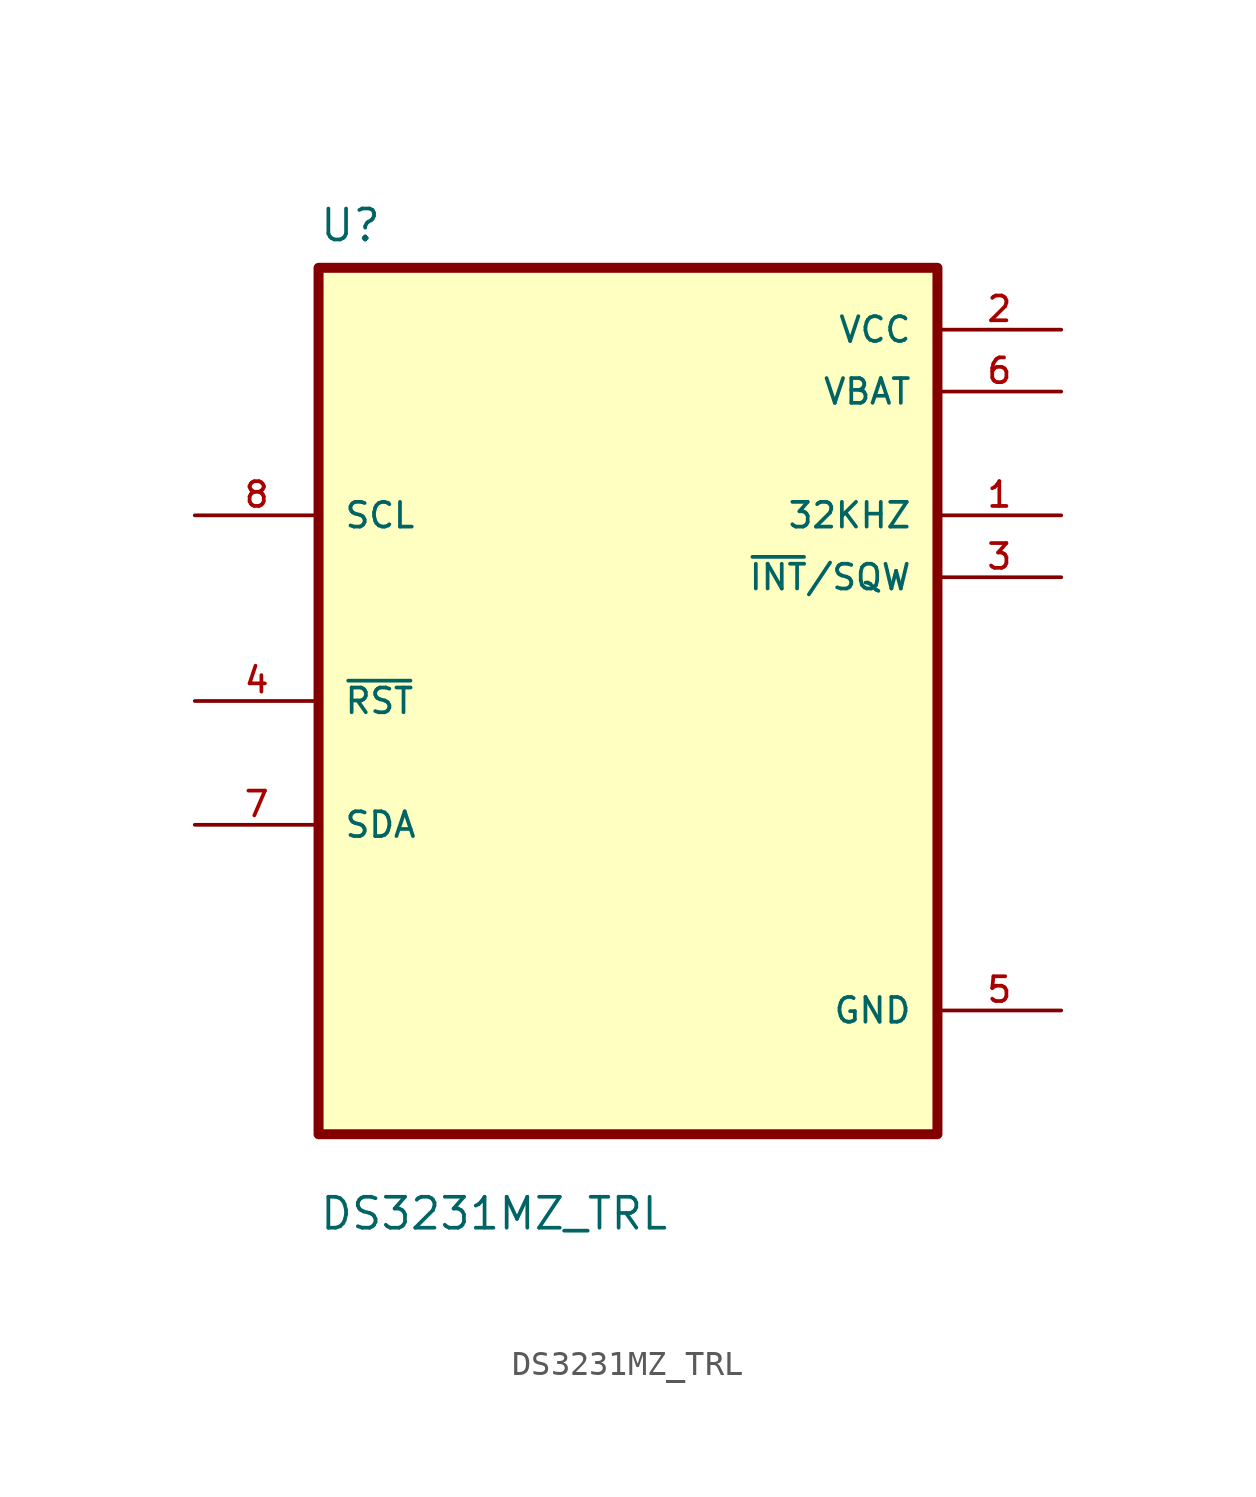
<source format=kicad_sym>
(kicad_symbol_lib
  (version 20211014)
  (generator kicad_symbol_editor)
  (symbol "DS3231MZ_TRL"
    (pin_names
      (offset 1.016))
    (property "Reference" "U"
      (at -12.7 18.78 0.0)
      (effects (font (size 1.27 1.27)) (justify bottom left)))
    (property "Value" "DS3231MZ_TRL"
      (at -12.7 -21.78 0.0)
      (effects (font (size 1.27 1.27)) (justify bottom left)))
    (symbol "DS3231MZ_TRL_0_0"
      (rectangle (start -12.7 -17.78) (end 12.7 17.78) (stroke (width 0.41)) (fill (type background)))
      (pin input line (at -17.78 7.62 0) (length 5.08) (name "SCL" (effects (font (size 1.016 1.016)))) (number "8" (effects (font (size 1.016 1.016)))))
      (pin bidirectional line (at -17.78 8.88178e-16 0) (length 5.08) (name "~{RST}" (effects (font (size 1.016 1.016)))) (number "4" (effects (font (size 1.016 1.016)))))
      (pin bidirectional line (at -17.78 -5.08 0) (length 5.08) (name "SDA" (effects (font (size 1.016 1.016)))) (number "7" (effects (font (size 1.016 1.016)))))
      (pin power_in line (at 17.78 15.24 180.0) (length 5.08) (name "VCC" (effects (font (size 1.016 1.016)))) (number "2" (effects (font (size 1.016 1.016)))))
      (pin power_in line (at 17.78 12.7 180.0) (length 5.08) (name "VBAT" (effects (font (size 1.016 1.016)))) (number "6" (effects (font (size 1.016 1.016)))))
      (pin output line (at 17.78 7.62 180.0) (length 5.08) (name "32KHZ" (effects (font (size 1.016 1.016)))) (number "1" (effects (font (size 1.016 1.016)))))
      (pin output line (at 17.78 5.08 180.0) (length 5.08) (name "~{INT}/SQW" (effects (font (size 1.016 1.016)))) (number "3" (effects (font (size 1.016 1.016)))))
      (pin power_in line (at 17.78 -12.7 180.0) (length 5.08) (name "GND" (effects (font (size 1.016 1.016)))) (number "5" (effects (font (size 1.016 1.016))))))))
</source>
